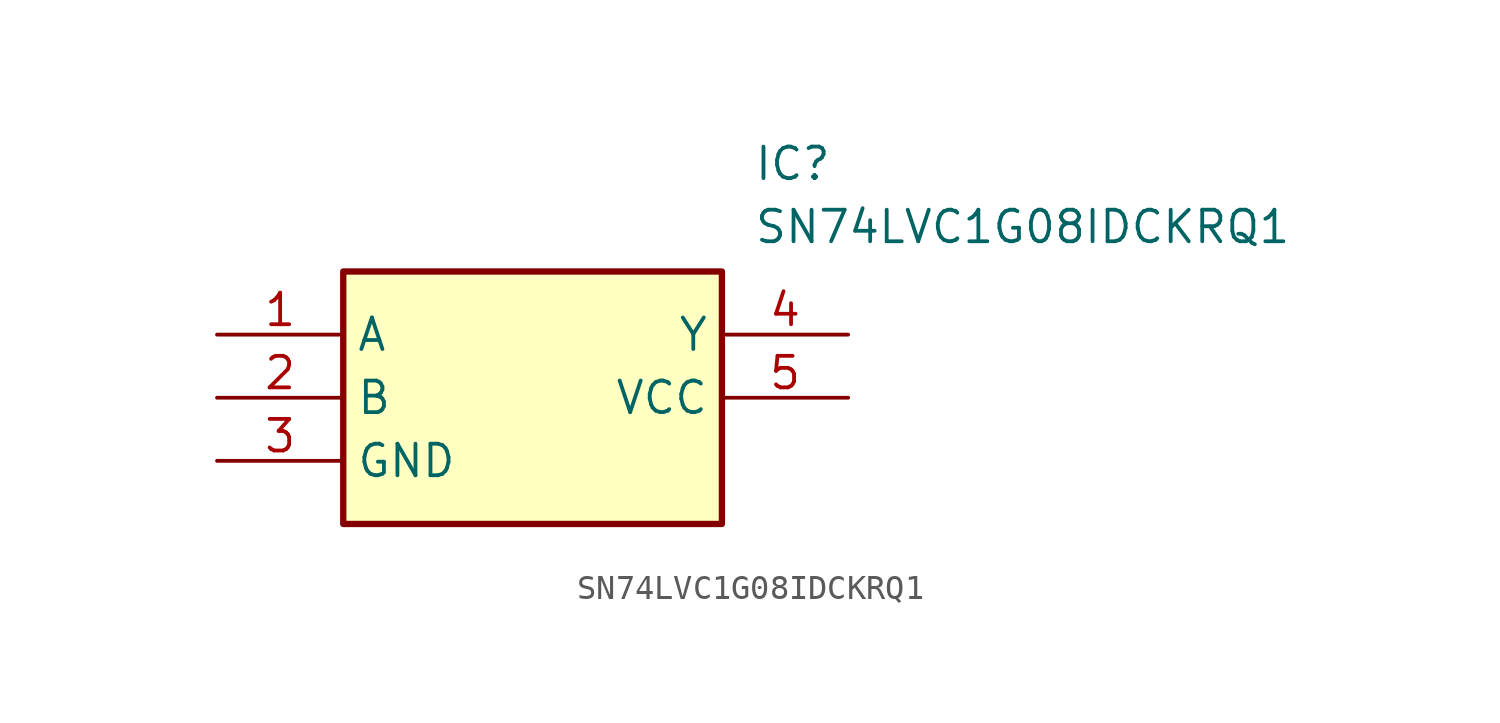
<source format=kicad_sym>
(kicad_symbol_lib
  (version 20211014)
  (generator SamacSys_ECAD_Model)
  (symbol "SN74LVC1G08IDCKRQ1"
    (property "Reference" "IC"
      (at 21.59 7.62 0)
      (effects (font (size 1.27 1.27)) (justify left top)))
    (property "Value" "SN74LVC1G08IDCKRQ1"
      (at 21.59 5.08 0)
      (effects (font (size 1.27 1.27)) (justify left top)))
    (rectangle
      (start 5.08 2.54)
      (end 20.32 -7.62)
      (stroke (width 0.254) (type default))
      (fill (type background)))
    (pin passive line
      (at 0 0 0)
      (length 5.08)
      (name "A" (effects (font (size 1.27 1.27))))
      (number "1" (effects (font (size 1.27 1.27)))))
    (pin passive line
      (at 0 -2.54 0)
      (length 5.08)
      (name "B" (effects (font (size 1.27 1.27))))
      (number "2" (effects (font (size 1.27 1.27)))))
    (pin passive line
      (at 0 -5.08 0)
      (length 5.08)
      (name "GND" (effects (font (size 1.27 1.27))))
      (number "3" (effects (font (size 1.27 1.27)))))
    (pin passive line
      (at 25.4 0 180)
      (length 5.08)
      (name "Y" (effects (font (size 1.27 1.27))))
      (number "4" (effects (font (size 1.27 1.27)))))
    (pin passive line
      (at 25.4 -2.54 180)
      (length 5.08)
      (name "VCC" (effects (font (size 1.27 1.27))))
      (number "5" (effects (font (size 1.27 1.27)))))))
</source>
